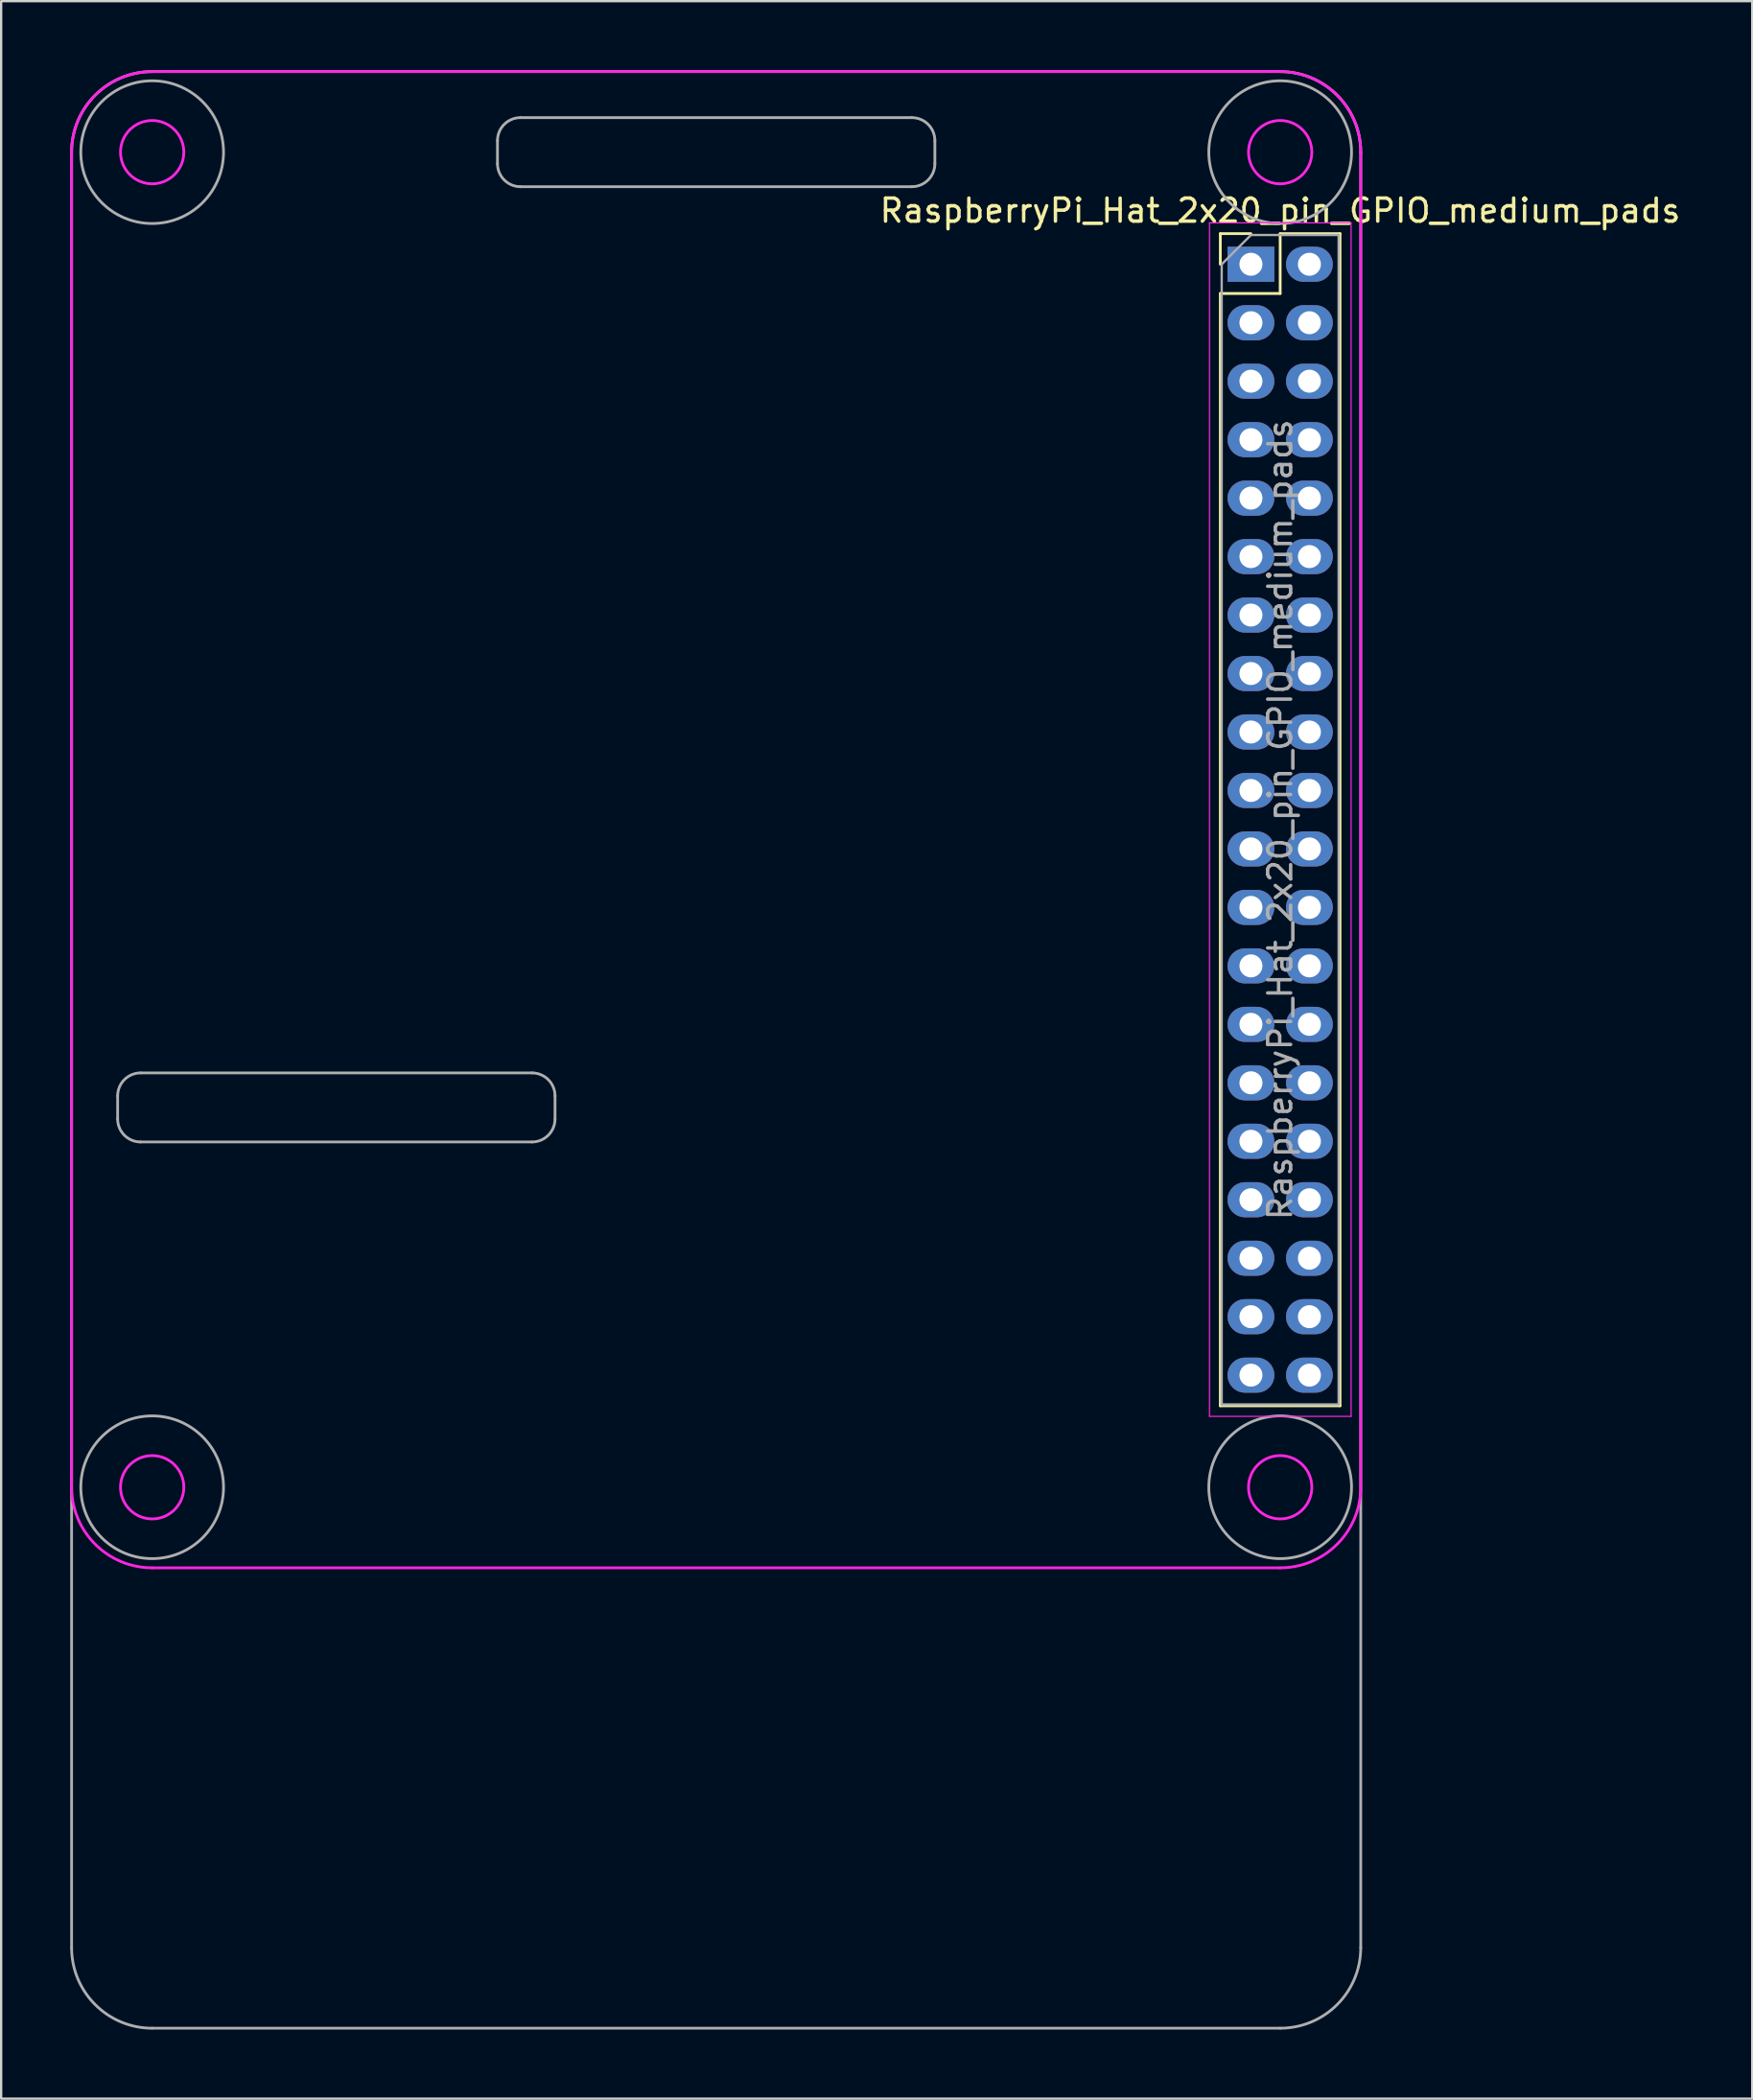
<source format=kicad_pcb>
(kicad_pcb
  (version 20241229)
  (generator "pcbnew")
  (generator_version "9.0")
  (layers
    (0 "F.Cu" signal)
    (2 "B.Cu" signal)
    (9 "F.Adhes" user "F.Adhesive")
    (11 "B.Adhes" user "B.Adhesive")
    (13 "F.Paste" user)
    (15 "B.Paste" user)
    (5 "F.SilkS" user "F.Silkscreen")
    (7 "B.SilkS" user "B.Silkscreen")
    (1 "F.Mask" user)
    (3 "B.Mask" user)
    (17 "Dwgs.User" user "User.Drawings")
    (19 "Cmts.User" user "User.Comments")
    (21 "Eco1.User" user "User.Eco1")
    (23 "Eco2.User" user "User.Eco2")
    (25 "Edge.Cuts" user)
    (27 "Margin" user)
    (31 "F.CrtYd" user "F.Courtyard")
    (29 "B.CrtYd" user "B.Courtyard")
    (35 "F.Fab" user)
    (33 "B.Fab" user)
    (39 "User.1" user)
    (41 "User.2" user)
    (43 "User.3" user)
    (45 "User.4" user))
  (footprint "RaspberryPi_Hat_2x20_pin_GPIO_medium_pads"
    (layer "F.Cu")
    (at 51.368 8.442)
    (property "Reference" "RaspberryPi_Hat_2x20_pin_GPIO_medium_pads" (at 1.192 -2.342 0) (layer "F.SilkS") (effects (font (size 1 1) (thickness 0.15))))
    (attr through_hole)
    (fp_line (start -1.408 -1.342) (end -0.078 -1.342) (stroke (width 0.12) (type solid)) (layer "F.SilkS"))
    (fp_line (start -1.408 -0.012) (end -1.408 -1.342) (stroke (width 0.12) (type solid)) (layer "F.SilkS"))
    (fp_line (start -1.408 1.258) (end -1.408 49.578) (stroke (width 0.12) (type solid)) (layer "F.SilkS"))
    (fp_line (start -1.408 1.258) (end 1.192 1.258) (stroke (width 0.12) (type solid)) (layer "F.SilkS"))
    (fp_line (start -1.408 49.578) (end 3.792 49.578) (stroke (width 0.12) (type solid)) (layer "F.SilkS"))
    (fp_line (start 1.192 -1.342) (end 3.792 -1.342) (stroke (width 0.12) (type solid)) (layer "F.SilkS"))
    (fp_line (start 1.192 1.258) (end 1.192 -1.342) (stroke (width 0.12) (type solid)) (layer "F.SilkS"))
    (fp_line (start 3.792 -1.342) (end 3.792 49.578) (stroke (width 0.12) (type solid)) (layer "F.SilkS"))
    (fp_line (start -51.308 -4.882) (end -51.308 53.118) (stroke (width 0.12) (type solid)) (layer "F.CrtYd"))
    (fp_line (start -47.808 56.618) (end 1.192 56.618) (stroke (width 0.12) (type solid)) (layer "F.CrtYd"))
    (fp_line (start -1.878 -1.812) (end -1.878 50.038) (stroke (width 0.05) (type solid)) (layer "F.CrtYd"))
    (fp_line (start -1.878 50.038) (end 4.272 50.038) (stroke (width 0.05) (type solid)) (layer "F.CrtYd"))
    (fp_line (start 1.192 -8.382) (end -47.808 -8.382) (stroke (width 0.12) (type solid)) (layer "F.CrtYd"))
    (fp_line (start 4.272 -1.812) (end -1.878 -1.812) (stroke (width 0.05) (type solid)) (layer "F.CrtYd"))
    (fp_line (start 4.272 50.038) (end 4.272 -1.812) (stroke (width 0.05) (type solid)) (layer "F.CrtYd"))
    (fp_line (start 4.692 53.118) (end 4.692 -4.882) (stroke (width 0.12) (type solid)) (layer "F.CrtYd"))
    (fp_arc (start -51.308 -4.882) (mid -50.282874 -7.356874) (end -47.808 -8.382) (stroke (width 0.12) (type solid)) (layer "F.CrtYd"))
    (fp_arc (start -47.808 56.618) (mid -50.282874 55.592874) (end -51.308 53.118) (stroke (width 0.12) (type solid)) (layer "F.CrtYd"))
    (fp_arc (start 1.192 -8.382) (mid 3.666874 -7.356874) (end 4.692 -4.882) (stroke (width 0.12) (type solid)) (layer "F.CrtYd"))
    (fp_arc (start 4.692 53.118) (mid 3.666874 55.592874) (end 1.192 56.618) (stroke (width 0.12) (type solid)) (layer "F.CrtYd"))
    (fp_circle (center -47.808 -4.882) (end -46.433 -4.907) (stroke (width 0.12) (type solid)) (fill no) (layer "F.CrtYd"))
    (fp_circle (center -47.808 53.118) (end -46.433 53.093) (stroke (width 0.12) (type solid)) (fill no) (layer "F.CrtYd"))
    (fp_circle (center 1.192 -4.882) (end 2.567 -4.907) (stroke (width 0.12) (type solid)) (fill no) (layer "F.CrtYd"))
    (fp_circle (center 1.192 53.118) (end 2.567 53.093) (stroke (width 0.12) (type solid)) (fill no) (layer "F.CrtYd"))
    (fp_line (start -51.308 73.118) (end -51.308 -4.882) (stroke (width 0.12) (type solid)) (layer "F.Fab"))
    (fp_line (start -49.308 36.118) (end -49.308 37.118) (stroke (width 0.12) (type solid)) (layer "F.Fab"))
    (fp_line (start -48.308 38.118) (end -31.308 38.118) (stroke (width 0.12) (type solid)) (layer "F.Fab"))
    (fp_line (start -32.808 -5.382) (end -32.808 -4.382) (stroke (width 0.12) (type solid)) (layer "F.Fab"))
    (fp_line (start -31.808 -3.382) (end -14.808 -3.382) (stroke (width 0.12) (type solid)) (layer "F.Fab"))
    (fp_line (start -31.308 35.118) (end -48.308 35.118) (stroke (width 0.12) (type solid)) (layer "F.Fab"))
    (fp_line (start -30.308 37.118) (end -30.308 36.118) (stroke (width 0.12) (type solid)) (layer "F.Fab"))
    (fp_line (start -14.808 -6.382) (end -31.808 -6.382) (stroke (width 0.12) (type solid)) (layer "F.Fab"))
    (fp_line (start -13.808 -4.382) (end -13.808 -5.382) (stroke (width 0.12) (type solid)) (layer "F.Fab"))
    (fp_line (start -1.348 -0.012) (end -0.078 -1.282) (stroke (width 0.1) (type solid)) (layer "F.Fab"))
    (fp_line (start -1.348 49.518) (end -1.348 -0.012) (stroke (width 0.1) (type solid)) (layer "F.Fab"))
    (fp_line (start -0.078 -1.282) (end 3.732 -1.282) (stroke (width 0.1) (type solid)) (layer "F.Fab"))
    (fp_line (start 1.192 -8.382) (end -47.808 -8.382) (stroke (width 0.12) (type solid)) (layer "F.Fab"))
    (fp_line (start 1.192 76.618) (end -47.808 76.618) (stroke (width 0.12) (type solid)) (layer "F.Fab"))
    (fp_line (start 3.732 -1.282) (end 3.732 49.518) (stroke (width 0.1) (type solid)) (layer "F.Fab"))
    (fp_line (start 3.732 49.518) (end -1.348 49.518) (stroke (width 0.1) (type solid)) (layer "F.Fab"))
    (fp_line (start 4.692 -4.882) (end 4.692 73.118) (stroke (width 0.12) (type solid)) (layer "F.Fab"))
    (fp_arc (start -51.308 -4.882) (mid -50.282874 -7.356874) (end -47.808 -8.382) (stroke (width 0.12) (type solid)) (layer "F.Fab"))
    (fp_arc (start -49.308 36.118) (mid -49.015107 35.410893) (end -48.308 35.118) (stroke (width 0.12) (type solid)) (layer "F.Fab"))
    (fp_arc (start -48.308 38.118) (mid -49.015107 37.825107) (end -49.308 37.118) (stroke (width 0.12) (type solid)) (layer "F.Fab"))
    (fp_arc (start -47.808 76.618) (mid -50.282874 75.592874) (end -51.308 73.118) (stroke (width 0.12) (type solid)) (layer "F.Fab"))
    (fp_arc (start -32.808 -5.382) (mid -32.515107 -6.089107) (end -31.808 -6.382) (stroke (width 0.12) (type solid)) (layer "F.Fab"))
    (fp_arc (start -31.808 -3.382) (mid -32.515107 -3.674893) (end -32.808 -4.382) (stroke (width 0.12) (type solid)) (layer "F.Fab"))
    (fp_arc (start -31.308 35.118) (mid -30.600893 35.410893) (end -30.308 36.118) (stroke (width 0.12) (type solid)) (layer "F.Fab"))
    (fp_arc (start -30.308 37.118) (mid -30.600893 37.825107) (end -31.308 38.118) (stroke (width 0.12) (type solid)) (layer "F.Fab"))
    (fp_arc (start -14.808 -6.382) (mid -14.100893 -6.089107) (end -13.808 -5.382) (stroke (width 0.12) (type solid)) (layer "F.Fab"))
    (fp_arc (start -13.808 -4.382) (mid -14.100893 -3.674893) (end -14.808 -3.382) (stroke (width 0.12) (type solid)) (layer "F.Fab"))
    (fp_arc (start 1.192 -8.382) (mid 3.666874 -7.356874) (end 4.692 -4.882) (stroke (width 0.12) (type solid)) (layer "F.Fab"))
    (fp_arc (start 4.692 73.118) (mid 3.666874 75.592874) (end 1.192 76.618) (stroke (width 0.12) (type solid)) (layer "F.Fab"))
    (fp_circle (center -47.808 -4.882) (end -44.708 -4.882) (stroke (width 0.12) (type solid)) (fill no) (layer "F.Fab"))
    (fp_circle (center -47.808 53.118) (end -44.708 53.118) (stroke (width 0.12) (type solid)) (fill no) (layer "F.Fab"))
    (fp_circle (center 1.192 -4.882) (end 4.292 -4.882) (stroke (width 0.12) (type solid)) (fill no) (layer "F.Fab"))
    (fp_circle (center 1.192 53.118) (end 4.292 53.118) (stroke (width 0.12) (type solid)) (fill no) (layer "F.Fab"))
    (fp_text user "${REFERENCE}" (at 1.192 24.118 90) (layer "F.Fab") (effects (font (size 1 1) (thickness 0.15))))
    (pad "1" thru_hole rect (at -0.078 -0.012) (size 2.032 1.524) (drill 1) (layers "*.Cu" "*.Mask"))
    (pad "2" thru_hole oval (at 2.462 -0.012) (size 2.032 1.524) (drill 1) (layers "*.Cu" "*.Mask"))
    (pad "3" thru_hole oval (at -0.078 2.528) (size 2.032 1.524) (drill 1) (layers "*.Cu" "*.Mask"))
    (pad "4" thru_hole oval (at 2.462 2.528) (size 2.032 1.524) (drill 1) (layers "*.Cu" "*.Mask"))
    (pad "5" thru_hole oval (at -0.078 5.068) (size 2.032 1.524) (drill 1) (layers "*.Cu" "*.Mask"))
    (pad "6" thru_hole oval (at 2.462 5.068) (size 2.032 1.524) (drill 1) (layers "*.Cu" "*.Mask"))
    (pad "7" thru_hole oval (at -0.078 7.608) (size 2.032 1.524) (drill 1) (layers "*.Cu" "*.Mask"))
    (pad "8" thru_hole oval (at 2.462 7.608) (size 2.032 1.524) (drill 1) (layers "*.Cu" "*.Mask"))
    (pad "9" thru_hole oval (at -0.078 10.148) (size 2.032 1.524) (drill 1) (layers "*.Cu" "*.Mask"))
    (pad "10" thru_hole oval (at 2.462 10.148) (size 2.032 1.524) (drill 1) (layers "*.Cu" "*.Mask"))
    (pad "11" thru_hole oval (at -0.078 12.688) (size 2.032 1.524) (drill 1) (layers "*.Cu" "*.Mask"))
    (pad "12" thru_hole oval (at 2.462 12.688) (size 2.032 1.524) (drill 1) (layers "*.Cu" "*.Mask"))
    (pad "13" thru_hole oval (at -0.078 15.228) (size 2.032 1.524) (drill 1) (layers "*.Cu" "*.Mask"))
    (pad "14" thru_hole oval (at 2.462 15.228) (size 2.032 1.524) (drill 1) (layers "*.Cu" "*.Mask"))
    (pad "15" thru_hole oval (at -0.078 17.768) (size 2.032 1.524) (drill 1) (layers "*.Cu" "*.Mask"))
    (pad "16" thru_hole oval (at 2.462 17.768) (size 2.032 1.524) (drill 1) (layers "*.Cu" "*.Mask"))
    (pad "17" thru_hole oval (at -0.078 20.308) (size 2.032 1.524) (drill 1) (layers "*.Cu" "*.Mask"))
    (pad "18" thru_hole oval (at 2.462 20.308) (size 2.032 1.524) (drill 1) (layers "*.Cu" "*.Mask"))
    (pad "19" thru_hole oval (at -0.078 22.848) (size 2.032 1.524) (drill 1) (layers "*.Cu" "*.Mask"))
    (pad "20" thru_hole oval (at 2.462 22.848) (size 2.032 1.524) (drill 1) (layers "*.Cu" "*.Mask"))
    (pad "21" thru_hole oval (at -0.078 25.388) (size 2.032 1.524) (drill 1) (layers "*.Cu" "*.Mask"))
    (pad "22" thru_hole oval (at 2.462 25.388) (size 2.032 1.524) (drill 1) (layers "*.Cu" "*.Mask"))
    (pad "23" thru_hole oval (at -0.078 27.928) (size 2.032 1.524) (drill 1) (layers "*.Cu" "*.Mask"))
    (pad "24" thru_hole oval (at 2.462 27.928) (size 2.032 1.524) (drill 1) (layers "*.Cu" "*.Mask"))
    (pad "25" thru_hole oval (at -0.078 30.468) (size 2.032 1.524) (drill 1) (layers "*.Cu" "*.Mask"))
    (pad "26" thru_hole oval (at 2.462 30.468) (size 2.032 1.524) (drill 1) (layers "*.Cu" "*.Mask"))
    (pad "27" thru_hole oval (at -0.078 33.008) (size 2.032 1.524) (drill 1) (layers "*.Cu" "*.Mask"))
    (pad "28" thru_hole oval (at 2.462 33.008) (size 2.032 1.524) (drill 1) (layers "*.Cu" "*.Mask"))
    (pad "29" thru_hole oval (at -0.078 35.548) (size 2.032 1.524) (drill 1) (layers "*.Cu" "*.Mask"))
    (pad "30" thru_hole oval (at 2.462 35.548) (size 2.032 1.524) (drill 1) (layers "*.Cu" "*.Mask"))
    (pad "31" thru_hole oval (at -0.078 38.088) (size 2.032 1.524) (drill 1) (layers "*.Cu" "*.Mask"))
    (pad "32" thru_hole oval (at 2.462 38.088) (size 2.032 1.524) (drill 1) (layers "*.Cu" "*.Mask"))
    (pad "33" thru_hole oval (at -0.078 40.628) (size 2.032 1.524) (drill 1) (layers "*.Cu" "*.Mask"))
    (pad "34" thru_hole oval (at 2.462 40.628) (size 2.032 1.524) (drill 1) (layers "*.Cu" "*.Mask"))
    (pad "35" thru_hole oval (at -0.078 43.168) (size 2.032 1.524) (drill 1) (layers "*.Cu" "*.Mask"))
    (pad "36" thru_hole oval (at 2.462 43.168) (size 2.032 1.524) (drill 1) (layers "*.Cu" "*.Mask"))
    (pad "37" thru_hole oval (at -0.078 45.708) (size 2.032 1.524) (drill 1) (layers "*.Cu" "*.Mask"))
    (pad "38" thru_hole oval (at 2.462 45.708) (size 2.032 1.524) (drill 1) (layers "*.Cu" "*.Mask"))
    (pad "39" thru_hole oval (at -0.078 48.248) (size 2.032 1.524) (drill 1) (layers "*.Cu" "*.Mask"))
    (pad "40" thru_hole oval (at 2.462 48.248) (size 2.032 1.524) (drill 1) (layers "*.Cu" "*.Mask")))
  (gr_rect
    (start -3 -3)
    (end 73.066 88.12)
    (stroke (width 0.1) (type default))
    (fill no)
    (layer "Edge.Cuts")))
</source>
